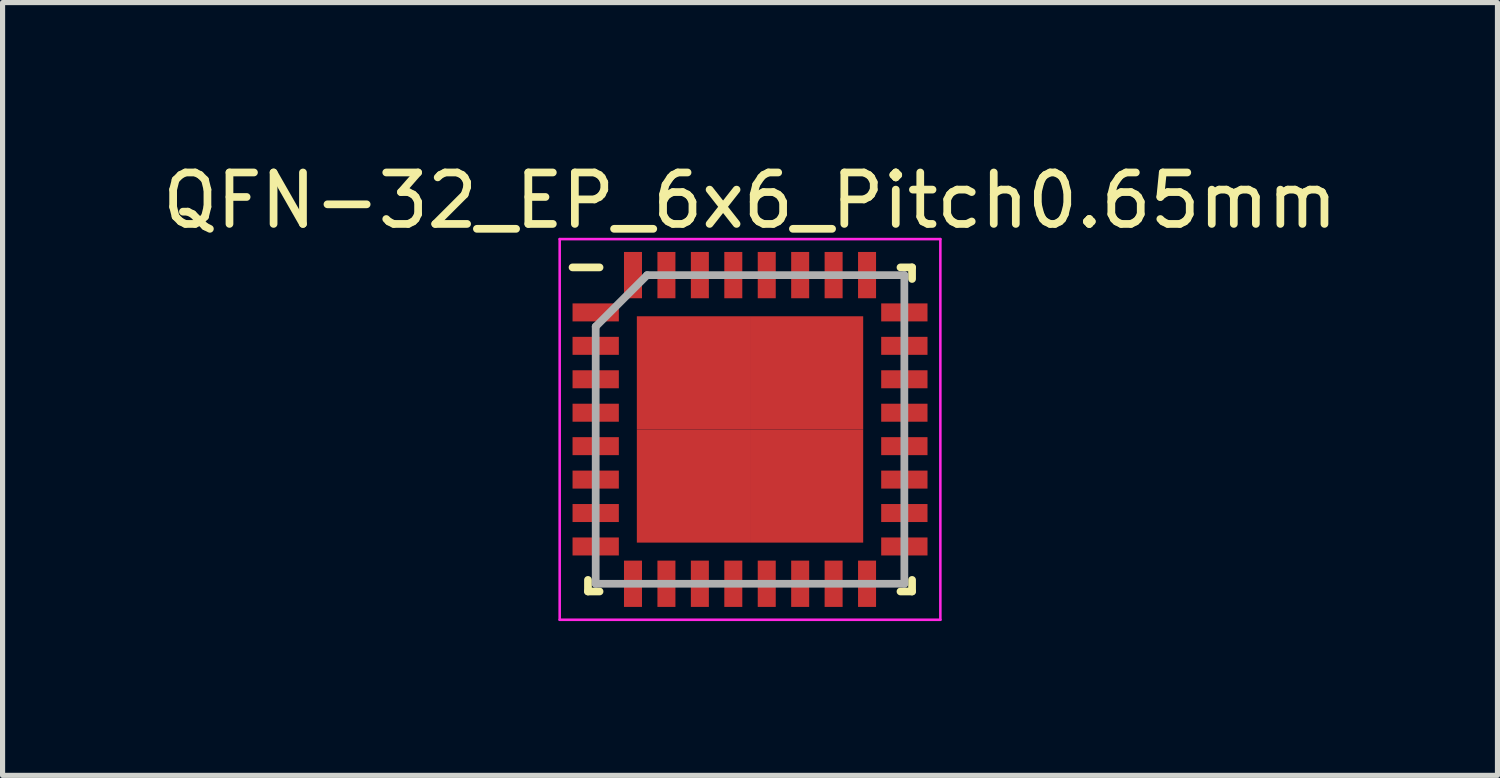
<source format=kicad_pcb>
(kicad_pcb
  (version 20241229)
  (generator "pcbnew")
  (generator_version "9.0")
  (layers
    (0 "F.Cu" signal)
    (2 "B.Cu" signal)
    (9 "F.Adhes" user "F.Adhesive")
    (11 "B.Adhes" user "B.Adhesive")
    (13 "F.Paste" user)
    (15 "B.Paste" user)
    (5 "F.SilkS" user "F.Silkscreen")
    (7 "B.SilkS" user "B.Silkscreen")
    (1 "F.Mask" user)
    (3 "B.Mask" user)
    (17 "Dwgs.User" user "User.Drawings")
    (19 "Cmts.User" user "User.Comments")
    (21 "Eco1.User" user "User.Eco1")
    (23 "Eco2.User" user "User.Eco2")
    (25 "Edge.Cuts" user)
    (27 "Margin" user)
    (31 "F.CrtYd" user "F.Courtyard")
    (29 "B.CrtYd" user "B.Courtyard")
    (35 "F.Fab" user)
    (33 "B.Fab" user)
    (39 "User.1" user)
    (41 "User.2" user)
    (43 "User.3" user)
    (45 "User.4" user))
  (footprint "QFN-32_EP_6x6_Pitch0.65mm"
    (layer "F.Cu")
    (at 11.53 5.298)
    (property "Reference" "QFN-32_EP_6x6_Pitch0.65mm" (at 0 -4.45 0) (layer "F.SilkS") (effects (font (size 1 1) (thickness 0.15))))
    (attr smd)
    (fp_line (start -3.15 3.15) (end -3.15 2.925) (stroke (width 0.15) (type solid)) (layer "F.SilkS"))
    (fp_line (start -2.925 -3.15) (end -3.45 -3.15) (stroke (width 0.15) (type solid)) (layer "F.SilkS"))
    (fp_line (start -2.925 3.15) (end -3.15 3.15) (stroke (width 0.15) (type solid)) (layer "F.SilkS"))
    (fp_line (start 2.925 -3.15) (end 3.15 -3.15) (stroke (width 0.15) (type solid)) (layer "F.SilkS"))
    (fp_line (start 2.925 3.15) (end 3.15 3.15) (stroke (width 0.15) (type solid)) (layer "F.SilkS"))
    (fp_line (start 3.15 -3.15) (end 3.15 -2.925) (stroke (width 0.15) (type solid)) (layer "F.SilkS"))
    (fp_line (start 3.15 3.15) (end 3.15 2.925) (stroke (width 0.15) (type solid)) (layer "F.SilkS"))
    (fp_line (start -3.7 -3.7) (end 3.7 -3.7) (stroke (width 0.05) (type solid)) (layer "F.CrtYd"))
    (fp_line (start -3.7 3.7) (end -3.7 -3.7) (stroke (width 0.05) (type solid)) (layer "F.CrtYd"))
    (fp_line (start 3.7 -3.7) (end 3.7 3.7) (stroke (width 0.05) (type solid)) (layer "F.CrtYd"))
    (fp_line (start 3.7 3.7) (end -3.7 3.7) (stroke (width 0.05) (type solid)) (layer "F.CrtYd"))
    (fp_line (start -3 -2) (end -3 3) (stroke (width 0.15) (type solid)) (layer "F.Fab"))
    (fp_line (start -3 3) (end 3 3) (stroke (width 0.15) (type solid)) (layer "F.Fab"))
    (fp_line (start -2 -3) (end -3 -2) (stroke (width 0.15) (type solid)) (layer "F.Fab"))
    (fp_line (start 3 -3) (end -2 -3) (stroke (width 0.15) (type solid)) (layer "F.Fab"))
    (fp_line (start 3 3) (end 3 -3) (stroke (width 0.15) (type solid)) (layer "F.Fab"))
    (pad "1" smd rect (at -3 -2.275 90) (size 0.35 0.9) (layers "F.Cu" "F.Mask" "F.Paste"))
    (pad "2" smd rect (at -3 -1.625 90) (size 0.35 0.9) (layers "F.Cu" "F.Mask" "F.Paste"))
    (pad "3" smd rect (at -3 -0.975 90) (size 0.35 0.9) (layers "F.Cu" "F.Mask" "F.Paste"))
    (pad "4" smd rect (at -3 -0.325 90) (size 0.35 0.9) (layers "F.Cu" "F.Mask" "F.Paste"))
    (pad "5" smd rect (at -3 0.325 90) (size 0.35 0.9) (layers "F.Cu" "F.Mask" "F.Paste"))
    (pad "6" smd rect (at -3 0.975 90) (size 0.35 0.9) (layers "F.Cu" "F.Mask" "F.Paste"))
    (pad "7" smd rect (at -3 1.625 90) (size 0.35 0.9) (layers "F.Cu" "F.Mask" "F.Paste"))
    (pad "8" smd rect (at -3 2.275 90) (size 0.35 0.9) (layers "F.Cu" "F.Mask" "F.Paste"))
    (pad "9" smd rect (at -2.275 3) (size 0.35 0.9) (layers "F.Cu" "F.Mask" "F.Paste"))
    (pad "10" smd rect (at -1.625 3) (size 0.35 0.9) (layers "F.Cu" "F.Mask" "F.Paste"))
    (pad "11" smd rect (at -0.975 3) (size 0.35 0.9) (layers "F.Cu" "F.Mask" "F.Paste"))
    (pad "12" smd rect (at -0.325 3) (size 0.35 0.9) (layers "F.Cu" "F.Mask" "F.Paste"))
    (pad "13" smd rect (at 0.325 3) (size 0.35 0.9) (layers "F.Cu" "F.Mask" "F.Paste"))
    (pad "14" smd rect (at 0.975 3) (size 0.35 0.9) (layers "F.Cu" "F.Mask" "F.Paste"))
    (pad "15" smd rect (at 1.625 3) (size 0.35 0.9) (layers "F.Cu" "F.Mask" "F.Paste"))
    (pad "16" smd rect (at 2.275 3) (size 0.35 0.9) (layers "F.Cu" "F.Mask" "F.Paste"))
    (pad "17" smd rect (at 3 2.275 90) (size 0.35 0.9) (layers "F.Cu" "F.Mask" "F.Paste"))
    (pad "18" smd rect (at 3 1.625 90) (size 0.35 0.9) (layers "F.Cu" "F.Mask" "F.Paste"))
    (pad "19" smd rect (at 3 0.975 90) (size 0.35 0.9) (layers "F.Cu" "F.Mask" "F.Paste"))
    (pad "20" smd rect (at 3 0.325 90) (size 0.35 0.9) (layers "F.Cu" "F.Mask" "F.Paste"))
    (pad "21" smd rect (at 3 -0.325 90) (size 0.35 0.9) (layers "F.Cu" "F.Mask" "F.Paste"))
    (pad "22" smd rect (at 3 -0.975 90) (size 0.35 0.9) (layers "F.Cu" "F.Mask" "F.Paste"))
    (pad "23" smd rect (at 3 -1.625 90) (size 0.35 0.9) (layers "F.Cu" "F.Mask" "F.Paste"))
    (pad "24" smd rect (at 3 -2.275 90) (size 0.35 0.9) (layers "F.Cu" "F.Mask" "F.Paste"))
    (pad "25" smd rect (at 2.275 -3) (size 0.35 0.9) (layers "F.Cu" "F.Mask" "F.Paste"))
    (pad "26" smd rect (at 1.625 -3) (size 0.35 0.9) (layers "F.Cu" "F.Mask" "F.Paste"))
    (pad "27" smd rect (at 0.975 -3) (size 0.35 0.9) (layers "F.Cu" "F.Mask" "F.Paste"))
    (pad "28" smd rect (at 0.325 -3) (size 0.35 0.9) (layers "F.Cu" "F.Mask" "F.Paste"))
    (pad "29" smd rect (at -0.325 -3) (size 0.35 0.9) (layers "F.Cu" "F.Mask" "F.Paste"))
    (pad "30" smd rect (at -0.975 -3) (size 0.35 0.9) (layers "F.Cu" "F.Mask" "F.Paste"))
    (pad "31" smd rect (at -1.625 -3) (size 0.35 0.9) (layers "F.Cu" "F.Mask" "F.Paste"))
    (pad "32" smd rect (at -2.275 -3) (size 0.35 0.9) (layers "F.Cu" "F.Mask" "F.Paste"))
    (pad "33" smd rect (at -1.1 -1.1) (size 2.2 2.2) (layers "F.Cu" "F.Mask" "F.Paste"))
    (pad "33" smd rect (at -1.1 1.1) (size 2.2 2.2) (layers "F.Cu" "F.Mask" "F.Paste"))
    (pad "33" smd rect (at 1.1 -1.1) (size 2.2 2.2) (layers "F.Cu" "F.Mask" "F.Paste"))
    (pad "33" smd rect (at 1.1 1.1) (size 2.2 2.2) (layers "F.Cu" "F.Mask" "F.Paste")))
  (gr_rect
    (start -3 -3)
    (end 26.06 12.023)
    (stroke (width 0.1) (type default))
    (fill no)
    (layer "Edge.Cuts")))
</source>
